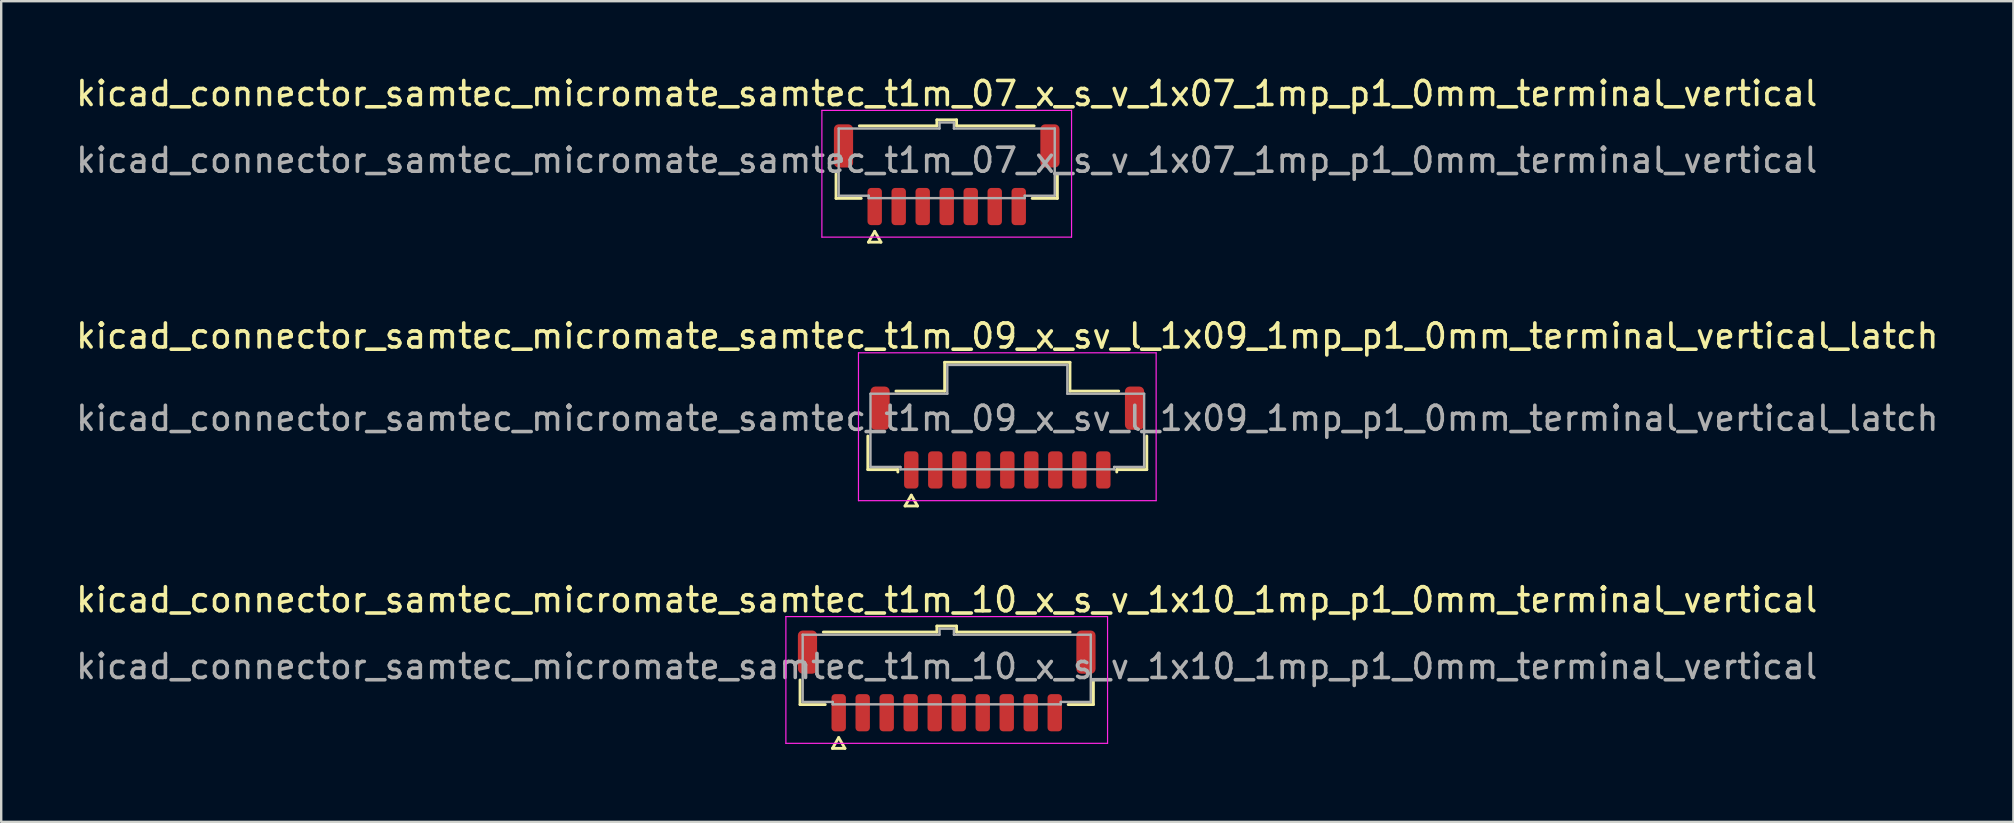
<source format=kicad_pcb>
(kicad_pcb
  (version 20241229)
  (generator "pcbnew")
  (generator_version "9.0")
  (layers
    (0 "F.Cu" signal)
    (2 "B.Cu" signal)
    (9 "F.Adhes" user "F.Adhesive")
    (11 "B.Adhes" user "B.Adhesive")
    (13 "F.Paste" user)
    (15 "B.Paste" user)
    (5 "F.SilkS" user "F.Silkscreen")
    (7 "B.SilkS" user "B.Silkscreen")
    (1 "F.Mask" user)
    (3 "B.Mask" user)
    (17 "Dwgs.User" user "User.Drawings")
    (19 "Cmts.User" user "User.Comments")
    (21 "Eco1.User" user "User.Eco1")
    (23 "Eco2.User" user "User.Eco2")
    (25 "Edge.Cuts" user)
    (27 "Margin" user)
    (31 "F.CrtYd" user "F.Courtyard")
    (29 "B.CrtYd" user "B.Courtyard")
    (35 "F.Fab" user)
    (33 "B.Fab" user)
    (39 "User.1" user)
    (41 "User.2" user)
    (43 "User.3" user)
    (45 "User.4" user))
  (footprint "kicad_connector_samtec_micromate_samtec_t1m_09_x_sv_l_1x09_1mp_p1_0mm_terminal_vertical_latch"
    (layer "F.Cu")
    (at 38.911 14.377)
    (property "Reference" "kicad_connector_samtec_micromate_samtec_t1m_09_x_sv_l_1x09_1mp_p1_0mm_terminal_vertical_latch" (at 0 -3.43 0) (layer "F.SilkS") (effects (font (size 1 1) (thickness 0.15))))
    (attr smd)
    (fp_line (start -5.81 2.135) (end -5.81 0.735) (stroke (width 0.12) (type solid)) (layer "F.SilkS"))
    (fp_line (start -4.64 -1.135) (end -2.61 -1.135) (stroke (width 0.12) (type solid)) (layer "F.SilkS"))
    (fp_line (start -4.56 2.135) (end -5.81 2.135) (stroke (width 0.12) (type solid)) (layer "F.SilkS"))
    (fp_line (start -4.56 2.235) (end -4.56 2.135) (stroke (width 0.12) (type solid)) (layer "F.SilkS"))
    (fp_line (start -4.26 3.65) (end -4 3.2) (stroke (width 0.12) (type solid)) (layer "F.SilkS"))
    (fp_line (start -4 3.2) (end -3.74 3.65) (stroke (width 0.12) (type solid)) (layer "F.SilkS"))
    (fp_line (start -3.74 3.65) (end -4.26 3.65) (stroke (width 0.12) (type solid)) (layer "F.SilkS"))
    (fp_line (start -2.61 -2.335) (end 2.61 -2.335) (stroke (width 0.12) (type solid)) (layer "F.SilkS"))
    (fp_line (start -2.61 -1.135) (end -2.61 -2.335) (stroke (width 0.12) (type solid)) (layer "F.SilkS"))
    (fp_line (start 2.61 -2.335) (end 2.61 -1.135) (stroke (width 0.12) (type solid)) (layer "F.SilkS"))
    (fp_line (start 2.61 -1.135) (end 4.64 -1.135) (stroke (width 0.12) (type solid)) (layer "F.SilkS"))
    (fp_line (start 4.56 2.135) (end 4.56 2.235) (stroke (width 0.12) (type solid)) (layer "F.SilkS"))
    (fp_line (start 5.81 0.735) (end 5.81 2.135) (stroke (width 0.12) (type solid)) (layer "F.SilkS"))
    (fp_line (start 5.81 2.135) (end 4.56 2.135) (stroke (width 0.12) (type solid)) (layer "F.SilkS"))
    (fp_line (start -6.2 -2.73) (end -6.2 3.43) (stroke (width 0.05) (type solid)) (layer "F.CrtYd"))
    (fp_line (start -6.2 3.43) (end 6.2 3.43) (stroke (width 0.05) (type solid)) (layer "F.CrtYd"))
    (fp_line (start 6.2 -2.73) (end -6.2 -2.73) (stroke (width 0.05) (type solid)) (layer "F.CrtYd"))
    (fp_line (start 6.2 3.43) (end 6.2 -2.73) (stroke (width 0.05) (type solid)) (layer "F.CrtYd"))
    (fp_line (start -5.7 -1.025) (end -2.5 -1.025) (stroke (width 0.1) (type solid)) (layer "F.Fab"))
    (fp_line (start -5.7 2.025) (end -5.7 -1.025) (stroke (width 0.1) (type solid)) (layer "F.Fab"))
    (fp_line (start -4.45 2.025) (end -5.7 2.025) (stroke (width 0.1) (type solid)) (layer "F.Fab"))
    (fp_line (start -4.45 2.125) (end -4.45 2.025) (stroke (width 0.1) (type solid)) (layer "F.Fab"))
    (fp_line (start -2.5 -2.225) (end 2.5 -2.225) (stroke (width 0.1) (type solid)) (layer "F.Fab"))
    (fp_line (start -2.5 -1.025) (end -2.5 -2.225) (stroke (width 0.1) (type solid)) (layer "F.Fab"))
    (fp_line (start 2.5 -2.225) (end 2.5 -1.025) (stroke (width 0.1) (type solid)) (layer "F.Fab"))
    (fp_line (start 2.5 -1.025) (end 5.7 -1.025) (stroke (width 0.1) (type solid)) (layer "F.Fab"))
    (fp_line (start 4.45 2.025) (end 4.45 2.125) (stroke (width 0.1) (type solid)) (layer "F.Fab"))
    (fp_line (start 4.45 2.125) (end -4.45 2.125) (stroke (width 0.1) (type solid)) (layer "F.Fab"))
    (fp_line (start 5.7 -1.025) (end 5.7 2.025) (stroke (width 0.1) (type solid)) (layer "F.Fab"))
    (fp_line (start 5.7 2.025) (end 4.45 2.025) (stroke (width 0.1) (type solid)) (layer "F.Fab"))
    (fp_text user "${REFERENCE}" (at 0 0 0) (layer "F.Fab") (effects (font (size 1 1) (thickness 0.15))))
    (pad "1" smd roundrect (at -4 2.15) (size 0.6 1.55) (layers "F.Cu" "F.Mask" "F.Paste") (roundrect_rratio 0.25))
    (pad "2" smd roundrect (at -3 2.15) (size 0.6 1.55) (layers "F.Cu" "F.Mask" "F.Paste") (roundrect_rratio 0.25))
    (pad "3" smd roundrect (at -2 2.15) (size 0.6 1.55) (layers "F.Cu" "F.Mask" "F.Paste") (roundrect_rratio 0.25))
    (pad "4" smd roundrect (at -1 2.15) (size 0.6 1.55) (layers "F.Cu" "F.Mask" "F.Paste") (roundrect_rratio 0.25))
    (pad "5" smd roundrect (at 0 2.15) (size 0.6 1.55) (layers "F.Cu" "F.Mask" "F.Paste") (roundrect_rratio 0.25))
    (pad "6" smd roundrect (at 1 2.15) (size 0.6 1.55) (layers "F.Cu" "F.Mask" "F.Paste") (roundrect_rratio 0.25))
    (pad "7" smd roundrect (at 2 2.15) (size 0.6 1.55) (layers "F.Cu" "F.Mask" "F.Paste") (roundrect_rratio 0.25))
    (pad "8" smd roundrect (at 3 2.15) (size 0.6 1.55) (layers "F.Cu" "F.Mask" "F.Paste") (roundrect_rratio 0.25))
    (pad "9" smd roundrect (at 4 2.15) (size 0.6 1.55) (layers "F.Cu" "F.Mask" "F.Paste") (roundrect_rratio 0.25))
    (pad "MP" smd roundrect (at -5.3 -0.425) (size 0.8 1.8) (layers "F.Cu" "F.Mask" "F.Paste") (roundrect_rratio 0.25))
    (pad "MP" smd roundrect (at 5.3 -0.425) (size 0.8 1.8) (layers "F.Cu" "F.Mask" "F.Paste") (roundrect_rratio 0.25)))
  (footprint "kicad_connector_samtec_micromate_samtec_t1m_07_x_s_v_1x07_1mp_p1_0mm_terminal_vertical"
    (layer "F.Cu")
    (at 36.387 3.628)
    (property "Reference" "kicad_connector_samtec_micromate_samtec_t1m_07_x_s_v_1x07_1mp_p1_0mm_terminal_vertical" (at 0 -2.78 0) (layer "F.SilkS") (effects (font (size 1 1) (thickness 0.15))))
    (attr smd)
    (fp_line (start -4.61 1.585) (end -4.61 0.56) (stroke (width 0.12) (type solid)) (layer "F.SilkS"))
    (fp_line (start -3.64 -1.435) (end -0.41 -1.435) (stroke (width 0.12) (type solid)) (layer "F.SilkS"))
    (fp_line (start -3.56 1.585) (end -4.61 1.585) (stroke (width 0.12) (type solid)) (layer "F.SilkS"))
    (fp_line (start -3.26 3.41) (end -3 2.96) (stroke (width 0.12) (type solid)) (layer "F.SilkS"))
    (fp_line (start -3 2.96) (end -2.74 3.41) (stroke (width 0.12) (type solid)) (layer "F.SilkS"))
    (fp_line (start -2.74 3.41) (end -3.26 3.41) (stroke (width 0.12) (type solid)) (layer "F.SilkS"))
    (fp_line (start -0.41 -1.685) (end 0.41 -1.685) (stroke (width 0.12) (type solid)) (layer "F.SilkS"))
    (fp_line (start -0.41 -1.435) (end -0.41 -1.685) (stroke (width 0.12) (type solid)) (layer "F.SilkS"))
    (fp_line (start 0.41 -1.685) (end 0.41 -1.435) (stroke (width 0.12) (type solid)) (layer "F.SilkS"))
    (fp_line (start 0.41 -1.435) (end 3.64 -1.435) (stroke (width 0.12) (type solid)) (layer "F.SilkS"))
    (fp_line (start 4.61 0.56) (end 4.61 1.585) (stroke (width 0.12) (type solid)) (layer "F.SilkS"))
    (fp_line (start 4.61 1.585) (end 3.56 1.585) (stroke (width 0.12) (type solid)) (layer "F.SilkS"))
    (fp_line (start -5.2 -2.08) (end -5.2 3.2) (stroke (width 0.05) (type solid)) (layer "F.CrtYd"))
    (fp_line (start -5.2 3.2) (end 5.2 3.2) (stroke (width 0.05) (type solid)) (layer "F.CrtYd"))
    (fp_line (start 5.2 -2.08) (end -5.2 -2.08) (stroke (width 0.05) (type solid)) (layer "F.CrtYd"))
    (fp_line (start 5.2 3.2) (end 5.2 -2.08) (stroke (width 0.05) (type solid)) (layer "F.CrtYd"))
    (fp_line (start -4.5 -1.325) (end -0.3 -1.325) (stroke (width 0.1) (type solid)) (layer "F.Fab"))
    (fp_line (start -4.5 1.475) (end -4.5 -1.325) (stroke (width 0.1) (type solid)) (layer "F.Fab"))
    (fp_line (start -3.25 1.475) (end -4.5 1.475) (stroke (width 0.1) (type solid)) (layer "F.Fab"))
    (fp_line (start -3.25 1.575) (end -3.25 1.475) (stroke (width 0.1) (type solid)) (layer "F.Fab"))
    (fp_line (start -0.3 -1.575) (end 0.3 -1.575) (stroke (width 0.1) (type solid)) (layer "F.Fab"))
    (fp_line (start -0.3 -1.325) (end -0.3 -1.575) (stroke (width 0.1) (type solid)) (layer "F.Fab"))
    (fp_line (start 0.3 -1.575) (end 0.3 -1.325) (stroke (width 0.1) (type solid)) (layer "F.Fab"))
    (fp_line (start 0.3 -1.325) (end 4.5 -1.325) (stroke (width 0.1) (type solid)) (layer "F.Fab"))
    (fp_line (start 3.25 1.475) (end 3.25 1.575) (stroke (width 0.1) (type solid)) (layer "F.Fab"))
    (fp_line (start 3.25 1.575) (end -3.25 1.575) (stroke (width 0.1) (type solid)) (layer "F.Fab"))
    (fp_line (start 4.5 -1.325) (end 4.5 1.475) (stroke (width 0.1) (type solid)) (layer "F.Fab"))
    (fp_line (start 4.5 1.475) (end 3.25 1.475) (stroke (width 0.1) (type solid)) (layer "F.Fab"))
    (fp_text user "${REFERENCE}" (at 0 0 0) (layer "F.Fab") (effects (font (size 1 1) (thickness 0.15))))
    (pad "1" smd roundrect (at -3 1.925) (size 0.6 1.55) (layers "F.Cu" "F.Mask" "F.Paste") (roundrect_rratio 0.25))
    (pad "2" smd roundrect (at -2 1.925) (size 0.6 1.55) (layers "F.Cu" "F.Mask" "F.Paste") (roundrect_rratio 0.25))
    (pad "3" smd roundrect (at -1 1.925) (size 0.6 1.55) (layers "F.Cu" "F.Mask" "F.Paste") (roundrect_rratio 0.25))
    (pad "4" smd roundrect (at 0 1.925) (size 0.6 1.55) (layers "F.Cu" "F.Mask" "F.Paste") (roundrect_rratio 0.25))
    (pad "5" smd roundrect (at 1 1.925) (size 0.6 1.55) (layers "F.Cu" "F.Mask" "F.Paste") (roundrect_rratio 0.25))
    (pad "6" smd roundrect (at 2 1.925) (size 0.6 1.55) (layers "F.Cu" "F.Mask" "F.Paste") (roundrect_rratio 0.25))
    (pad "7" smd roundrect (at 3 1.925) (size 0.6 1.55) (layers "F.Cu" "F.Mask" "F.Paste") (roundrect_rratio 0.25))
    (pad "MP" smd roundrect (at -4.3 -0.6) (size 0.8 1.8) (layers "F.Cu" "F.Mask" "F.Paste") (roundrect_rratio 0.25))
    (pad "MP" smd roundrect (at 4.3 -0.6) (size 0.8 1.8) (layers "F.Cu" "F.Mask" "F.Paste") (roundrect_rratio 0.25)))
  (footprint "kicad_connector_samtec_micromate_samtec_t1m_10_x_s_v_1x10_1mp_p1_0mm_terminal_vertical"
    (layer "F.Cu")
    (at 36.387 24.715)
    (property "Reference" "kicad_connector_samtec_micromate_samtec_t1m_10_x_s_v_1x10_1mp_p1_0mm_terminal_vertical" (at 0 -2.78 0) (layer "F.SilkS") (effects (font (size 1 1) (thickness 0.15))))
    (attr smd)
    (fp_line (start -6.11 1.585) (end -6.11 0.56) (stroke (width 0.12) (type solid)) (layer "F.SilkS"))
    (fp_line (start -5.14 -1.435) (end -0.41 -1.435) (stroke (width 0.12) (type solid)) (layer "F.SilkS"))
    (fp_line (start -5.06 1.585) (end -6.11 1.585) (stroke (width 0.12) (type solid)) (layer "F.SilkS"))
    (fp_line (start -4.76 3.41) (end -4.5 2.96) (stroke (width 0.12) (type solid)) (layer "F.SilkS"))
    (fp_line (start -4.5 2.96) (end -4.24 3.41) (stroke (width 0.12) (type solid)) (layer "F.SilkS"))
    (fp_line (start -4.24 3.41) (end -4.76 3.41) (stroke (width 0.12) (type solid)) (layer "F.SilkS"))
    (fp_line (start -0.41 -1.685) (end 0.41 -1.685) (stroke (width 0.12) (type solid)) (layer "F.SilkS"))
    (fp_line (start -0.41 -1.435) (end -0.41 -1.685) (stroke (width 0.12) (type solid)) (layer "F.SilkS"))
    (fp_line (start 0.41 -1.685) (end 0.41 -1.435) (stroke (width 0.12) (type solid)) (layer "F.SilkS"))
    (fp_line (start 0.41 -1.435) (end 5.14 -1.435) (stroke (width 0.12) (type solid)) (layer "F.SilkS"))
    (fp_line (start 6.11 0.56) (end 6.11 1.585) (stroke (width 0.12) (type solid)) (layer "F.SilkS"))
    (fp_line (start 6.11 1.585) (end 5.06 1.585) (stroke (width 0.12) (type solid)) (layer "F.SilkS"))
    (fp_line (start -6.7 -2.08) (end -6.7 3.2) (stroke (width 0.05) (type solid)) (layer "F.CrtYd"))
    (fp_line (start -6.7 3.2) (end 6.7 3.2) (stroke (width 0.05) (type solid)) (layer "F.CrtYd"))
    (fp_line (start 6.7 -2.08) (end -6.7 -2.08) (stroke (width 0.05) (type solid)) (layer "F.CrtYd"))
    (fp_line (start 6.7 3.2) (end 6.7 -2.08) (stroke (width 0.05) (type solid)) (layer "F.CrtYd"))
    (fp_line (start -6 -1.325) (end -0.3 -1.325) (stroke (width 0.1) (type solid)) (layer "F.Fab"))
    (fp_line (start -6 1.475) (end -6 -1.325) (stroke (width 0.1) (type solid)) (layer "F.Fab"))
    (fp_line (start -4.75 1.475) (end -6 1.475) (stroke (width 0.1) (type solid)) (layer "F.Fab"))
    (fp_line (start -4.75 1.575) (end -4.75 1.475) (stroke (width 0.1) (type solid)) (layer "F.Fab"))
    (fp_line (start -0.3 -1.575) (end 0.3 -1.575) (stroke (width 0.1) (type solid)) (layer "F.Fab"))
    (fp_line (start -0.3 -1.325) (end -0.3 -1.575) (stroke (width 0.1) (type solid)) (layer "F.Fab"))
    (fp_line (start 0.3 -1.575) (end 0.3 -1.325) (stroke (width 0.1) (type solid)) (layer "F.Fab"))
    (fp_line (start 0.3 -1.325) (end 6 -1.325) (stroke (width 0.1) (type solid)) (layer "F.Fab"))
    (fp_line (start 4.75 1.475) (end 4.75 1.575) (stroke (width 0.1) (type solid)) (layer "F.Fab"))
    (fp_line (start 4.75 1.575) (end -4.75 1.575) (stroke (width 0.1) (type solid)) (layer "F.Fab"))
    (fp_line (start 6 -1.325) (end 6 1.475) (stroke (width 0.1) (type solid)) (layer "F.Fab"))
    (fp_line (start 6 1.475) (end 4.75 1.475) (stroke (width 0.1) (type solid)) (layer "F.Fab"))
    (fp_text user "${REFERENCE}" (at 0 0 0) (layer "F.Fab") (effects (font (size 1 1) (thickness 0.15))))
    (pad "1" smd roundrect (at -4.5 1.925) (size 0.6 1.55) (layers "F.Cu" "F.Mask" "F.Paste") (roundrect_rratio 0.25))
    (pad "2" smd roundrect (at -3.5 1.925) (size 0.6 1.55) (layers "F.Cu" "F.Mask" "F.Paste") (roundrect_rratio 0.25))
    (pad "3" smd roundrect (at -2.5 1.925) (size 0.6 1.55) (layers "F.Cu" "F.Mask" "F.Paste") (roundrect_rratio 0.25))
    (pad "4" smd roundrect (at -1.5 1.925) (size 0.6 1.55) (layers "F.Cu" "F.Mask" "F.Paste") (roundrect_rratio 0.25))
    (pad "5" smd roundrect (at -0.5 1.925) (size 0.6 1.55) (layers "F.Cu" "F.Mask" "F.Paste") (roundrect_rratio 0.25))
    (pad "6" smd roundrect (at 0.5 1.925) (size 0.6 1.55) (layers "F.Cu" "F.Mask" "F.Paste") (roundrect_rratio 0.25))
    (pad "7" smd roundrect (at 1.5 1.925) (size 0.6 1.55) (layers "F.Cu" "F.Mask" "F.Paste") (roundrect_rratio 0.25))
    (pad "8" smd roundrect (at 2.5 1.925) (size 0.6 1.55) (layers "F.Cu" "F.Mask" "F.Paste") (roundrect_rratio 0.25))
    (pad "9" smd roundrect (at 3.5 1.925) (size 0.6 1.55) (layers "F.Cu" "F.Mask" "F.Paste") (roundrect_rratio 0.25))
    (pad "10" smd roundrect (at 4.5 1.925) (size 0.6 1.55) (layers "F.Cu" "F.Mask" "F.Paste") (roundrect_rratio 0.25))
    (pad "MP" smd roundrect (at -5.8 -0.6) (size 0.8 1.8) (layers "F.Cu" "F.Mask" "F.Paste") (roundrect_rratio 0.25))
    (pad "MP" smd roundrect (at 5.8 -0.6) (size 0.8 1.8) (layers "F.Cu" "F.Mask" "F.Paste") (roundrect_rratio 0.25)))
  (gr_rect
    (start -3 -3)
    (end 80.821 31.185)
    (stroke (width 0.1) (type default))
    (fill no)
    (layer "Edge.Cuts")))
</source>
